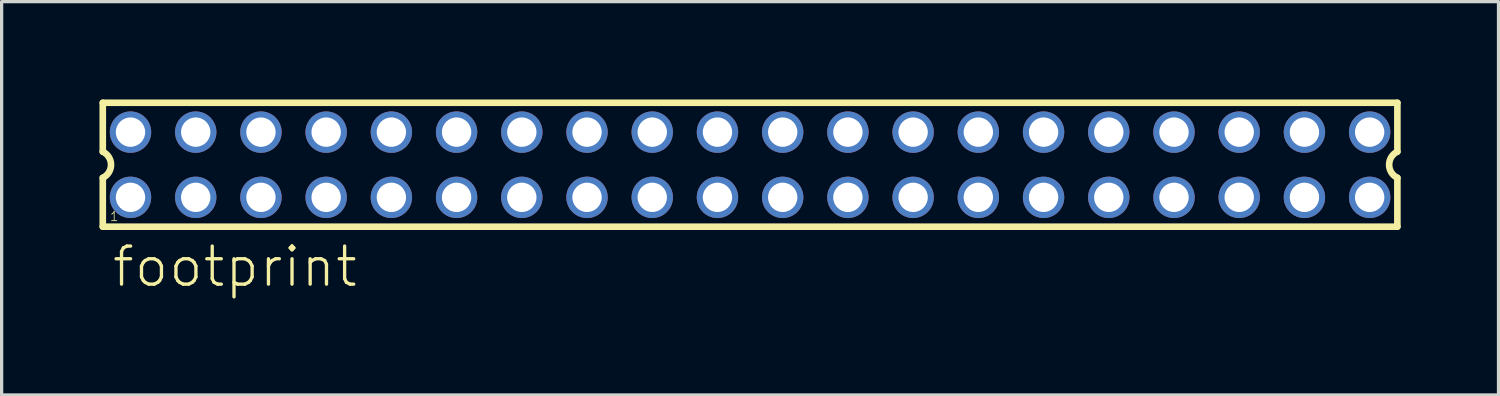
<source format=kicad_pcb>
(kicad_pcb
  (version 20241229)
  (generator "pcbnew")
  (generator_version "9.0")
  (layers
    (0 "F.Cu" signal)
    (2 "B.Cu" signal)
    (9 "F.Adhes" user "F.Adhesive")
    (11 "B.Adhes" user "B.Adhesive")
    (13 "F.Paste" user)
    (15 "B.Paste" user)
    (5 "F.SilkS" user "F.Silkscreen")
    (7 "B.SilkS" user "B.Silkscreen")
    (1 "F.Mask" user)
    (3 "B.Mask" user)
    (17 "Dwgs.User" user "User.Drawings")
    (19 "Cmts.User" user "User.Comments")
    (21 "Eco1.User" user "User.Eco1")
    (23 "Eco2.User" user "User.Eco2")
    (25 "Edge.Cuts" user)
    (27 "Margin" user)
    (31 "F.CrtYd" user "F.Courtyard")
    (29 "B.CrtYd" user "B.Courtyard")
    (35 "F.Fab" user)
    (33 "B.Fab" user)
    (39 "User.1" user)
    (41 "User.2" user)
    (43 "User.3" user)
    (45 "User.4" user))
  (footprint "footprint"
    (layer "F.Cu")
    (at 19.952 2.002)
    (property "Reference" "footprint" (at -19.62 3.81 0) (layer "F.SilkS") (effects (font (size 1.168 1.168) (thickness 0.102)) (justify left bottom)))
    (fp_line (start -19.85 -1.9) (end -19.85 -0.4) (stroke (width 0.203) (type solid)) (layer "F.SilkS"))
    (fp_line (start -19.85 0.4) (end -19.85 1.9) (stroke (width 0.203) (type solid)) (layer "F.SilkS"))
    (fp_line (start -19.85 1.9) (end 19.85 1.9) (stroke (width 0.203) (type solid)) (layer "F.SilkS"))
    (fp_line (start 19.85 -1.9) (end -19.85 -1.9) (stroke (width 0.203) (type solid)) (layer "F.SilkS"))
    (fp_line (start 19.85 -0.4) (end 19.85 -1.9) (stroke (width 0.203) (type solid)) (layer "F.SilkS"))
    (fp_line (start 19.85 1.9) (end 19.85 0.4) (stroke (width 0.203) (type solid)) (layer "F.SilkS"))
    (fp_arc (start -19.85 -0.4) (mid -19.597168 -0.000001) (end -19.849998 0.399999) (stroke (width 0.2032) (type solid)) (layer "F.SilkS"))
    (fp_arc (start 19.85 0.4) (mid 19.597168 0.000001) (end 19.849998 -0.399999) (stroke (width 0.2032) (type solid)) (layer "F.SilkS"))
    (fp_poly (pts (xy -19.25 -0.75) (xy -18.75 -0.75) (xy -18.75 -1.25) (xy -19.25 -1.25)) (stroke (width 0.1) (type solid)) (fill no) (layer "F.Fab"))
    (fp_poly (pts (xy -19.25 1.25) (xy -18.75 1.25) (xy -18.75 0.75) (xy -19.25 0.75)) (stroke (width 0.1) (type solid)) (fill no) (layer "F.Fab"))
    (fp_poly (pts (xy -17.25 -0.75) (xy -16.75 -0.75) (xy -16.75 -1.25) (xy -17.25 -1.25)) (stroke (width 0.1) (type solid)) (fill no) (layer "F.Fab"))
    (fp_poly (pts (xy -17.25 1.25) (xy -16.75 1.25) (xy -16.75 0.75) (xy -17.25 0.75)) (stroke (width 0.1) (type solid)) (fill no) (layer "F.Fab"))
    (fp_poly (pts (xy -15.25 -0.75) (xy -14.75 -0.75) (xy -14.75 -1.25) (xy -15.25 -1.25)) (stroke (width 0.1) (type solid)) (fill no) (layer "F.Fab"))
    (fp_poly (pts (xy -15.25 1.25) (xy -14.75 1.25) (xy -14.75 0.75) (xy -15.25 0.75)) (stroke (width 0.1) (type solid)) (fill no) (layer "F.Fab"))
    (fp_poly (pts (xy -13.25 -0.75) (xy -12.75 -0.75) (xy -12.75 -1.25) (xy -13.25 -1.25)) (stroke (width 0.1) (type solid)) (fill no) (layer "F.Fab"))
    (fp_poly (pts (xy -13.25 1.25) (xy -12.75 1.25) (xy -12.75 0.75) (xy -13.25 0.75)) (stroke (width 0.1) (type solid)) (fill no) (layer "F.Fab"))
    (fp_poly (pts (xy -11.25 -0.75) (xy -10.75 -0.75) (xy -10.75 -1.25) (xy -11.25 -1.25)) (stroke (width 0.1) (type solid)) (fill no) (layer "F.Fab"))
    (fp_poly (pts (xy -11.25 1.25) (xy -10.75 1.25) (xy -10.75 0.75) (xy -11.25 0.75)) (stroke (width 0.1) (type solid)) (fill no) (layer "F.Fab"))
    (fp_poly (pts (xy -9.25 -0.75) (xy -8.75 -0.75) (xy -8.75 -1.25) (xy -9.25 -1.25)) (stroke (width 0.1) (type solid)) (fill no) (layer "F.Fab"))
    (fp_poly (pts (xy -9.25 1.25) (xy -8.75 1.25) (xy -8.75 0.75) (xy -9.25 0.75)) (stroke (width 0.1) (type solid)) (fill no) (layer "F.Fab"))
    (fp_poly (pts (xy -7.25 -0.75) (xy -6.75 -0.75) (xy -6.75 -1.25) (xy -7.25 -1.25)) (stroke (width 0.1) (type solid)) (fill no) (layer "F.Fab"))
    (fp_poly (pts (xy -7.25 1.25) (xy -6.75 1.25) (xy -6.75 0.75) (xy -7.25 0.75)) (stroke (width 0.1) (type solid)) (fill no) (layer "F.Fab"))
    (fp_poly (pts (xy -5.25 -0.75) (xy -4.75 -0.75) (xy -4.75 -1.25) (xy -5.25 -1.25)) (stroke (width 0.1) (type solid)) (fill no) (layer "F.Fab"))
    (fp_poly (pts (xy -5.25 1.25) (xy -4.75 1.25) (xy -4.75 0.75) (xy -5.25 0.75)) (stroke (width 0.1) (type solid)) (fill no) (layer "F.Fab"))
    (fp_poly (pts (xy -3.25 -0.75) (xy -2.75 -0.75) (xy -2.75 -1.25) (xy -3.25 -1.25)) (stroke (width 0.1) (type solid)) (fill no) (layer "F.Fab"))
    (fp_poly (pts (xy -3.25 1.25) (xy -2.75 1.25) (xy -2.75 0.75) (xy -3.25 0.75)) (stroke (width 0.1) (type solid)) (fill no) (layer "F.Fab"))
    (fp_poly (pts (xy -1.25 -0.75) (xy -0.75 -0.75) (xy -0.75 -1.25) (xy -1.25 -1.25)) (stroke (width 0.1) (type solid)) (fill no) (layer "F.Fab"))
    (fp_poly (pts (xy -1.25 1.25) (xy -0.75 1.25) (xy -0.75 0.75) (xy -1.25 0.75)) (stroke (width 0.1) (type solid)) (fill no) (layer "F.Fab"))
    (fp_poly (pts (xy 0.75 -0.75) (xy 1.25 -0.75) (xy 1.25 -1.25) (xy 0.75 -1.25)) (stroke (width 0.1) (type solid)) (fill no) (layer "F.Fab"))
    (fp_poly (pts (xy 0.75 1.25) (xy 1.25 1.25) (xy 1.25 0.75) (xy 0.75 0.75)) (stroke (width 0.1) (type solid)) (fill no) (layer "F.Fab"))
    (fp_poly (pts (xy 2.75 -0.75) (xy 3.25 -0.75) (xy 3.25 -1.25) (xy 2.75 -1.25)) (stroke (width 0.1) (type solid)) (fill no) (layer "F.Fab"))
    (fp_poly (pts (xy 2.75 1.25) (xy 3.25 1.25) (xy 3.25 0.75) (xy 2.75 0.75)) (stroke (width 0.1) (type solid)) (fill no) (layer "F.Fab"))
    (fp_poly (pts (xy 4.75 -0.75) (xy 5.25 -0.75) (xy 5.25 -1.25) (xy 4.75 -1.25)) (stroke (width 0.1) (type solid)) (fill no) (layer "F.Fab"))
    (fp_poly (pts (xy 4.75 1.25) (xy 5.25 1.25) (xy 5.25 0.75) (xy 4.75 0.75)) (stroke (width 0.1) (type solid)) (fill no) (layer "F.Fab"))
    (fp_poly (pts (xy 6.75 -0.75) (xy 7.25 -0.75) (xy 7.25 -1.25) (xy 6.75 -1.25)) (stroke (width 0.1) (type solid)) (fill no) (layer "F.Fab"))
    (fp_poly (pts (xy 6.75 1.25) (xy 7.25 1.25) (xy 7.25 0.75) (xy 6.75 0.75)) (stroke (width 0.1) (type solid)) (fill no) (layer "F.Fab"))
    (fp_poly (pts (xy 8.75 -0.75) (xy 9.25 -0.75) (xy 9.25 -1.25) (xy 8.75 -1.25)) (stroke (width 0.1) (type solid)) (fill no) (layer "F.Fab"))
    (fp_poly (pts (xy 8.75 1.25) (xy 9.25 1.25) (xy 9.25 0.75) (xy 8.75 0.75)) (stroke (width 0.1) (type solid)) (fill no) (layer "F.Fab"))
    (fp_poly (pts (xy 10.75 -0.75) (xy 11.25 -0.75) (xy 11.25 -1.25) (xy 10.75 -1.25)) (stroke (width 0.1) (type solid)) (fill no) (layer "F.Fab"))
    (fp_poly (pts (xy 10.75 1.25) (xy 11.25 1.25) (xy 11.25 0.75) (xy 10.75 0.75)) (stroke (width 0.1) (type solid)) (fill no) (layer "F.Fab"))
    (fp_poly (pts (xy 12.75 -0.75) (xy 13.25 -0.75) (xy 13.25 -1.25) (xy 12.75 -1.25)) (stroke (width 0.1) (type solid)) (fill no) (layer "F.Fab"))
    (fp_poly (pts (xy 12.75 1.25) (xy 13.25 1.25) (xy 13.25 0.75) (xy 12.75 0.75)) (stroke (width 0.1) (type solid)) (fill no) (layer "F.Fab"))
    (fp_poly (pts (xy 14.75 -0.75) (xy 15.25 -0.75) (xy 15.25 -1.25) (xy 14.75 -1.25)) (stroke (width 0.1) (type solid)) (fill no) (layer "F.Fab"))
    (fp_poly (pts (xy 14.75 1.25) (xy 15.25 1.25) (xy 15.25 0.75) (xy 14.75 0.75)) (stroke (width 0.1) (type solid)) (fill no) (layer "F.Fab"))
    (fp_poly (pts (xy 16.75 -0.75) (xy 17.25 -0.75) (xy 17.25 -1.25) (xy 16.75 -1.25)) (stroke (width 0.1) (type solid)) (fill no) (layer "F.Fab"))
    (fp_poly (pts (xy 16.75 1.25) (xy 17.25 1.25) (xy 17.25 0.75) (xy 16.75 0.75)) (stroke (width 0.1) (type solid)) (fill no) (layer "F.Fab"))
    (fp_poly (pts (xy 18.75 -0.75) (xy 19.25 -0.75) (xy 19.25 -1.25) (xy 18.75 -1.25)) (stroke (width 0.1) (type solid)) (fill no) (layer "F.Fab"))
    (fp_poly (pts (xy 18.75 1.25) (xy 19.25 1.25) (xy 19.25 0.75) (xy 18.75 0.75)) (stroke (width 0.1) (type solid)) (fill no) (layer "F.Fab"))
    (fp_text user "1" (at -19.65 1.75 0) (layer "F.SilkS") (effects (font (size 0.28 0.28) (thickness 0.024)) (justify left bottom)))
    (pad "1" thru_hole circle (at -19 1) (size 1.27 1.27) (drill 0.9) (layers "*.Cu" "*.Mask"))
    (pad "2" thru_hole circle (at -19 -1) (size 1.27 1.27) (drill 0.9) (layers "*.Cu" "*.Mask"))
    (pad "3" thru_hole circle (at -17 1) (size 1.27 1.27) (drill 0.9) (layers "*.Cu" "*.Mask"))
    (pad "4" thru_hole circle (at -17 -1) (size 1.27 1.27) (drill 0.9) (layers "*.Cu" "*.Mask"))
    (pad "5" thru_hole circle (at -15 1) (size 1.27 1.27) (drill 0.9) (layers "*.Cu" "*.Mask"))
    (pad "6" thru_hole circle (at -15 -1) (size 1.27 1.27) (drill 0.9) (layers "*.Cu" "*.Mask"))
    (pad "7" thru_hole circle (at -13 1) (size 1.27 1.27) (drill 0.9) (layers "*.Cu" "*.Mask"))
    (pad "8" thru_hole circle (at -13 -1) (size 1.27 1.27) (drill 0.9) (layers "*.Cu" "*.Mask"))
    (pad "9" thru_hole circle (at -11 1) (size 1.27 1.27) (drill 0.9) (layers "*.Cu" "*.Mask"))
    (pad "10" thru_hole circle (at -11 -1) (size 1.27 1.27) (drill 0.9) (layers "*.Cu" "*.Mask"))
    (pad "11" thru_hole circle (at -9 1) (size 1.27 1.27) (drill 0.9) (layers "*.Cu" "*.Mask"))
    (pad "12" thru_hole circle (at -9 -1) (size 1.27 1.27) (drill 0.9) (layers "*.Cu" "*.Mask"))
    (pad "13" thru_hole circle (at -7 1) (size 1.27 1.27) (drill 0.9) (layers "*.Cu" "*.Mask"))
    (pad "14" thru_hole circle (at -7 -1) (size 1.27 1.27) (drill 0.9) (layers "*.Cu" "*.Mask"))
    (pad "15" thru_hole circle (at -5 1) (size 1.27 1.27) (drill 0.9) (layers "*.Cu" "*.Mask"))
    (pad "16" thru_hole circle (at -5 -1) (size 1.27 1.27) (drill 0.9) (layers "*.Cu" "*.Mask"))
    (pad "17" thru_hole circle (at -3 1) (size 1.27 1.27) (drill 0.9) (layers "*.Cu" "*.Mask"))
    (pad "18" thru_hole circle (at -3 -1) (size 1.27 1.27) (drill 0.9) (layers "*.Cu" "*.Mask"))
    (pad "19" thru_hole circle (at -1 1) (size 1.27 1.27) (drill 0.9) (layers "*.Cu" "*.Mask"))
    (pad "20" thru_hole circle (at -1 -1) (size 1.27 1.27) (drill 0.9) (layers "*.Cu" "*.Mask"))
    (pad "21" thru_hole circle (at 1 1) (size 1.27 1.27) (drill 0.9) (layers "*.Cu" "*.Mask"))
    (pad "22" thru_hole circle (at 1 -1) (size 1.27 1.27) (drill 0.9) (layers "*.Cu" "*.Mask"))
    (pad "23" thru_hole circle (at 3 1) (size 1.27 1.27) (drill 0.9) (layers "*.Cu" "*.Mask"))
    (pad "24" thru_hole circle (at 3 -1) (size 1.27 1.27) (drill 0.9) (layers "*.Cu" "*.Mask"))
    (pad "25" thru_hole circle (at 5 1) (size 1.27 1.27) (drill 0.9) (layers "*.Cu" "*.Mask"))
    (pad "26" thru_hole circle (at 5 -1) (size 1.27 1.27) (drill 0.9) (layers "*.Cu" "*.Mask"))
    (pad "27" thru_hole circle (at 7 1) (size 1.27 1.27) (drill 0.9) (layers "*.Cu" "*.Mask"))
    (pad "28" thru_hole circle (at 7 -1) (size 1.27 1.27) (drill 0.9) (layers "*.Cu" "*.Mask"))
    (pad "29" thru_hole circle (at 9 1) (size 1.27 1.27) (drill 0.9) (layers "*.Cu" "*.Mask"))
    (pad "30" thru_hole circle (at 9 -1) (size 1.27 1.27) (drill 0.9) (layers "*.Cu" "*.Mask"))
    (pad "31" thru_hole circle (at 11 1) (size 1.27 1.27) (drill 0.9) (layers "*.Cu" "*.Mask"))
    (pad "32" thru_hole circle (at 11 -1) (size 1.27 1.27) (drill 0.9) (layers "*.Cu" "*.Mask"))
    (pad "33" thru_hole circle (at 13 1) (size 1.27 1.27) (drill 0.9) (layers "*.Cu" "*.Mask"))
    (pad "34" thru_hole circle (at 13 -1) (size 1.27 1.27) (drill 0.9) (layers "*.Cu" "*.Mask"))
    (pad "35" thru_hole circle (at 15 1) (size 1.27 1.27) (drill 0.9) (layers "*.Cu" "*.Mask"))
    (pad "36" thru_hole circle (at 15 -1) (size 1.27 1.27) (drill 0.9) (layers "*.Cu" "*.Mask"))
    (pad "37" thru_hole circle (at 17 1) (size 1.27 1.27) (drill 0.9) (layers "*.Cu" "*.Mask"))
    (pad "38" thru_hole circle (at 17 -1) (size 1.27 1.27) (drill 0.9) (layers "*.Cu" "*.Mask"))
    (pad "39" thru_hole circle (at 19 1) (size 1.27 1.27) (drill 0.9) (layers "*.Cu" "*.Mask"))
    (pad "40" thru_hole circle (at 19 -1) (size 1.27 1.27) (drill 0.9) (layers "*.Cu" "*.Mask")))
  (gr_rect
    (start -3 -3)
    (end 42.903 9.062)
    (stroke (width 0.1) (type default))
    (fill no)
    (layer "Edge.Cuts")))
</source>
